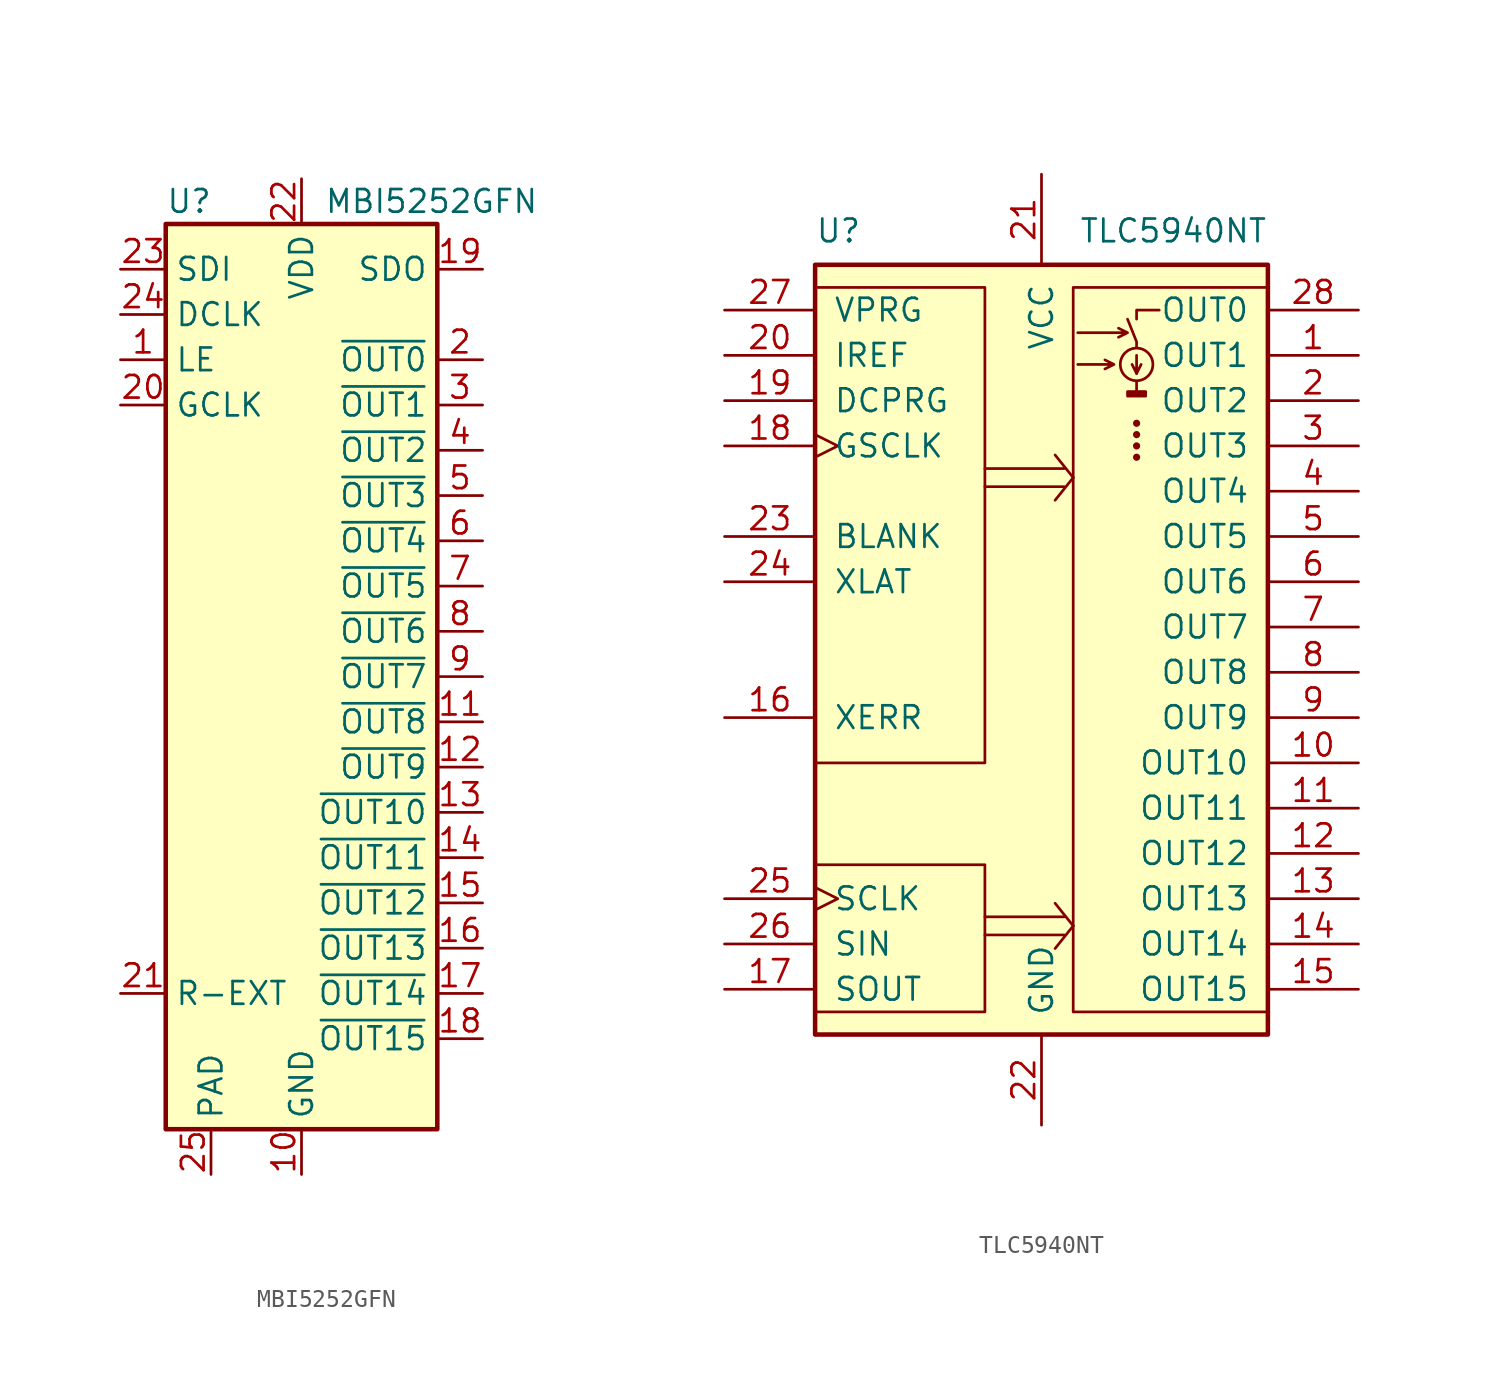
<source format=kicad_sym>
(kicad_symbol_lib
  (version 20211014)
  (generator kicad_symbol_editor)
  (symbol "MBI5252GFN"
    (property "Reference" "U"
      (at -7.62 26.67 0)
      (effects (font (size 1.27 1.27)) (justify left)))
    (property "Value" "MBI5252GFN"
      (at 1.27 26.67 0)
      (effects (font (size 1.27 1.27)) (justify left)))
    (symbol "MBI5252GFN_0_1"
      (rectangle (start -7.62 25.4) (end 7.62 -25.4) (stroke (width 0.254) (type default) (color 0 0 0 0)) (fill (type background))))
    (symbol "MBI5252GFN_1_1"
      (pin input line (at -10.16 17.78 0) (length 2.54) (name "LE" (effects (font (size 1.27 1.27)))) (number "1" (effects (font (size 1.27 1.27)))))
      (pin power_in line (at 0 -27.94 90) (length 2.54) (name "GND" (effects (font (size 1.27 1.27)))) (number "10" (effects (font (size 1.27 1.27)))))
      (pin open_collector line (at 10.16 -2.54 180) (length 2.54) (name "~{OUT8}" (effects (font (size 1.27 1.27)))) (number "11" (effects (font (size 1.27 1.27)))))
      (pin open_collector line (at 10.16 -5.08 180) (length 2.54) (name "~{OUT9}" (effects (font (size 1.27 1.27)))) (number "12" (effects (font (size 1.27 1.27)))))
      (pin open_collector line (at 10.16 -7.62 180) (length 2.54) (name "~{OUT10}" (effects (font (size 1.27 1.27)))) (number "13" (effects (font (size 1.27 1.27)))))
      (pin open_collector line (at 10.16 -10.16 180) (length 2.54) (name "~{OUT11}" (effects (font (size 1.27 1.27)))) (number "14" (effects (font (size 1.27 1.27)))))
      (pin open_collector line (at 10.16 -12.7 180) (length 2.54) (name "~{OUT12}" (effects (font (size 1.27 1.27)))) (number "15" (effects (font (size 1.27 1.27)))))
      (pin open_collector line (at 10.16 -15.24 180) (length 2.54) (name "~{OUT13}" (effects (font (size 1.27 1.27)))) (number "16" (effects (font (size 1.27 1.27)))))
      (pin open_collector line (at 10.16 -17.78 180) (length 2.54) (name "~{OUT14}" (effects (font (size 1.27 1.27)))) (number "17" (effects (font (size 1.27 1.27)))))
      (pin open_collector line (at 10.16 -20.32 180) (length 2.54) (name "~{OUT15}" (effects (font (size 1.27 1.27)))) (number "18" (effects (font (size 1.27 1.27)))))
      (pin output line (at 10.16 22.86 180) (length 2.54) (name "SDO" (effects (font (size 1.27 1.27)))) (number "19" (effects (font (size 1.27 1.27)))))
      (pin open_collector line (at 10.16 17.78 180) (length 2.54) (name "~{OUT0}" (effects (font (size 1.27 1.27)))) (number "2" (effects (font (size 1.27 1.27)))))
      (pin input line (at -10.16 15.24 0) (length 2.54) (name "GCLK" (effects (font (size 1.27 1.27)))) (number "20" (effects (font (size 1.27 1.27)))))
      (pin passive line (at -10.16 -17.78 0) (length 2.54) (name "R-EXT" (effects (font (size 1.27 1.27)))) (number "21" (effects (font (size 1.27 1.27)))))
      (pin power_in line (at 0 27.94 270) (length 2.54) (name "VDD" (effects (font (size 1.27 1.27)))) (number "22" (effects (font (size 1.27 1.27)))))
      (pin input line (at -10.16 22.86 0) (length 2.54) (name "SDI" (effects (font (size 1.27 1.27)))) (number "23" (effects (font (size 1.27 1.27)))))
      (pin input line (at -10.16 20.32 0) (length 2.54) (name "DCLK" (effects (font (size 1.27 1.27)))) (number "24" (effects (font (size 1.27 1.27)))))
      (pin power_in line (at -5.08 -27.94 90) (length 2.54) (name "PAD" (effects (font (size 1.27 1.27)))) (number "25" (effects (font (size 1.27 1.27)))))
      (pin open_collector line (at 10.16 15.24 180) (length 2.54) (name "~{OUT1}" (effects (font (size 1.27 1.27)))) (number "3" (effects (font (size 1.27 1.27)))))
      (pin open_collector line (at 10.16 12.7 180) (length 2.54) (name "~{OUT2}" (effects (font (size 1.27 1.27)))) (number "4" (effects (font (size 1.27 1.27)))))
      (pin open_collector line (at 10.16 10.16 180) (length 2.54) (name "~{OUT3}" (effects (font (size 1.27 1.27)))) (number "5" (effects (font (size 1.27 1.27)))))
      (pin open_collector line (at 10.16 7.62 180) (length 2.54) (name "~{OUT4}" (effects (font (size 1.27 1.27)))) (number "6" (effects (font (size 1.27 1.27)))))
      (pin open_collector line (at 10.16 5.08 180) (length 2.54) (name "~{OUT5}" (effects (font (size 1.27 1.27)))) (number "7" (effects (font (size 1.27 1.27)))))
      (pin open_collector line (at 10.16 2.54 180) (length 2.54) (name "~{OUT6}" (effects (font (size 1.27 1.27)))) (number "8" (effects (font (size 1.27 1.27)))))
      (pin open_collector line (at 10.16 0 180) (length 2.54) (name "~{OUT7}" (effects (font (size 1.27 1.27)))) (number "9" (effects (font (size 1.27 1.27)))))))
  (symbol "TLC5940NT"
    (pin_names
      (offset 1.016))
    (property "Reference" "U"
      (at -12.7 22.225 0)
      (effects (font (size 1.27 1.27)) (justify left)))
    (property "Value" "TLC5940NT"
      (at 12.7 22.225 0)
      (effects (font (size 1.27 1.27)) (justify right)))
    (symbol "TLC5940NT_0_1"
      (rectangle (start -12.7 -21.59) (end -3.175 -13.335) (stroke (width 0) (type default) (color 0 0 0 0)) (fill (type none)))
      (rectangle (start -12.7 19.05) (end -3.175 -7.62) (stroke (width 0) (type default) (color 0 0 0 0)) (fill (type none)))
      (rectangle (start -12.7 20.32) (end 12.7 -22.86) (stroke (width 0.254) (type default) (color 0 0 0 0)) (fill (type background)))
      (polyline (pts (xy -3.175 -16.256) (xy 1.27 -16.256)) (stroke (width 0) (type default) (color 0 0 0 0)) (fill (type none)))
      (polyline (pts (xy -3.175 8.89) (xy 1.27 8.89)) (stroke (width 0) (type default) (color 0 0 0 0)) (fill (type none)))
      (polyline (pts (xy 1.27 -17.272) (xy -3.175 -17.272)) (stroke (width 0) (type default) (color 0 0 0 0)) (fill (type none)))
      (polyline (pts (xy 1.27 7.874) (xy -3.175 7.874)) (stroke (width 0) (type default) (color 0 0 0 0)) (fill (type none)))
      (polyline (pts (xy 1.778 -16.764) (xy 0.762 -18.034)) (stroke (width 0) (type default) (color 0 0 0 0)) (fill (type none)))
      (polyline (pts (xy 1.778 -16.764) (xy 0.762 -15.494)) (stroke (width 0) (type default) (color 0 0 0 0)) (fill (type none)))
      (polyline (pts (xy 1.778 8.382) (xy 0.762 7.112)) (stroke (width 0) (type default) (color 0 0 0 0)) (fill (type none)))
      (polyline (pts (xy 1.778 8.382) (xy 0.762 9.652)) (stroke (width 0) (type default) (color 0 0 0 0)) (fill (type none)))
      (polyline (pts (xy 5.334 13.716) (xy 5.334 13.208)) (stroke (width 0) (type default) (color 0 0 0 0)) (fill (type none)))
      (polyline (pts (xy 5.334 14.224) (xy 5.588 14.732)) (stroke (width 0) (type default) (color 0 0 0 0)) (fill (type none)))
      (polyline (pts (xy 5.334 15.24) (xy 5.334 14.224) (xy 5.08 14.732)) (stroke (width 0) (type default) (color 0 0 0 0)) (fill (type none)))
      (polyline (pts (xy 5.334 15.748) (xy 5.334 16.002) (xy 4.826 17.272)) (stroke (width 0) (type default) (color 0 0 0 0)) (fill (type none)))
      (polyline (pts (xy 5.334 17.272) (xy 5.334 17.78) (xy 6.604 17.78)) (stroke (width 0) (type default) (color 0 0 0 0)) (fill (type none)))
      (polyline (pts (xy 2.032 14.732) (xy 4.064 14.732) (xy 3.556 14.986) (xy 4.064 14.732) (xy 3.556 14.478)) (stroke (width 0) (type default) (color 0 0 0 0)) (fill (type none)))
      (polyline (pts (xy 2.032 16.51) (xy 4.826 16.51) (xy 4.318 16.764) (xy 4.826 16.51) (xy 4.318 16.256)) (stroke (width 0) (type default) (color 0 0 0 0)) (fill (type none)))
      (rectangle (start 1.778 19.05) (end 12.7 -21.59) (stroke (width 0) (type default) (color 0 0 0 0)) (fill (type none)))
      (rectangle (start 4.826 13.208) (end 5.842 12.954) (stroke (width 0) (type default) (color 0 0 0 0)) (fill (type outline)))
      (circle (center 5.334 9.525) (radius 0.127) (stroke (width 0) (type default) (color 0 0 0 0)) (fill (type outline)))
      (circle (center 5.334 10.16) (radius 0.127) (stroke (width 0) (type default) (color 0 0 0 0)) (fill (type outline)))
      (circle (center 5.334 10.795) (radius 0.127) (stroke (width 0) (type default) (color 0 0 0 0)) (fill (type outline)))
      (circle (center 5.334 11.43) (radius 0.127) (stroke (width 0) (type default) (color 0 0 0 0)) (fill (type outline)))
      (circle (center 5.334 14.732) (radius 0.914) (stroke (width 0) (type default) (color 0 0 0 0)) (fill (type none))))
    (symbol "TLC5940NT_1_1"
      (pin open_collector line (at 17.78 15.24 180) (length 5.08) (name "OUT1" (effects (font (size 1.27 1.27)))) (number "1" (effects (font (size 1.27 1.27)))))
      (pin open_collector line (at 17.78 -7.62 180) (length 5.08) (name "OUT10" (effects (font (size 1.27 1.27)))) (number "10" (effects (font (size 1.27 1.27)))))
      (pin open_collector line (at 17.78 -10.16 180) (length 5.08) (name "OUT11" (effects (font (size 1.27 1.27)))) (number "11" (effects (font (size 1.27 1.27)))))
      (pin open_collector line (at 17.78 -12.7 180) (length 5.08) (name "OUT12" (effects (font (size 1.27 1.27)))) (number "12" (effects (font (size 1.27 1.27)))))
      (pin open_collector line (at 17.78 -15.24 180) (length 5.08) (name "OUT13" (effects (font (size 1.27 1.27)))) (number "13" (effects (font (size 1.27 1.27)))))
      (pin open_collector line (at 17.78 -17.78 180) (length 5.08) (name "OUT14" (effects (font (size 1.27 1.27)))) (number "14" (effects (font (size 1.27 1.27)))))
      (pin open_collector line (at 17.78 -20.32 180) (length 5.08) (name "OUT15" (effects (font (size 1.27 1.27)))) (number "15" (effects (font (size 1.27 1.27)))))
      (pin open_collector line (at -17.78 -5.08 0) (length 5.08) (name "XERR" (effects (font (size 1.27 1.27)))) (number "16" (effects (font (size 1.27 1.27)))))
      (pin output line (at -17.78 -20.32 0) (length 5.08) (name "SOUT" (effects (font (size 1.27 1.27)))) (number "17" (effects (font (size 1.27 1.27)))))
      (pin input clock (at -17.78 10.16 0) (length 5.08) (name "GSCLK" (effects (font (size 1.27 1.27)))) (number "18" (effects (font (size 1.27 1.27)))))
      (pin input line (at -17.78 12.7 0) (length 5.08) (name "DCPRG" (effects (font (size 1.27 1.27)))) (number "19" (effects (font (size 1.27 1.27)))))
      (pin open_collector line (at 17.78 12.7 180) (length 5.08) (name "OUT2" (effects (font (size 1.27 1.27)))) (number "2" (effects (font (size 1.27 1.27)))))
      (pin input line (at -17.78 15.24 0) (length 5.08) (name "IREF" (effects (font (size 1.27 1.27)))) (number "20" (effects (font (size 1.27 1.27)))))
      (pin power_in line (at 0 25.4 270) (length 5.08) (name "VCC" (effects (font (size 1.27 1.27)))) (number "21" (effects (font (size 1.27 1.27)))))
      (pin power_in line (at 0 -27.94 90) (length 5.08) (name "GND" (effects (font (size 1.27 1.27)))) (number "22" (effects (font (size 1.27 1.27)))))
      (pin input line (at -17.78 5.08 0) (length 5.08) (name "BLANK" (effects (font (size 1.27 1.27)))) (number "23" (effects (font (size 1.27 1.27)))))
      (pin input line (at -17.78 2.54 0) (length 5.08) (name "XLAT" (effects (font (size 1.27 1.27)))) (number "24" (effects (font (size 1.27 1.27)))))
      (pin input clock (at -17.78 -15.24 0) (length 5.08) (name "SCLK" (effects (font (size 1.27 1.27)))) (number "25" (effects (font (size 1.27 1.27)))))
      (pin input line (at -17.78 -17.78 0) (length 5.08) (name "SIN" (effects (font (size 1.27 1.27)))) (number "26" (effects (font (size 1.27 1.27)))))
      (pin input line (at -17.78 17.78 0) (length 5.08) (name "VPRG" (effects (font (size 1.27 1.27)))) (number "27" (effects (font (size 1.27 1.27)))))
      (pin open_collector line (at 17.78 17.78 180) (length 5.08) (name "OUT0" (effects (font (size 1.27 1.27)))) (number "28" (effects (font (size 1.27 1.27)))))
      (pin open_collector line (at 17.78 10.16 180) (length 5.08) (name "OUT3" (effects (font (size 1.27 1.27)))) (number "3" (effects (font (size 1.27 1.27)))))
      (pin open_collector line (at 17.78 7.62 180) (length 5.08) (name "OUT4" (effects (font (size 1.27 1.27)))) (number "4" (effects (font (size 1.27 1.27)))))
      (pin open_collector line (at 17.78 5.08 180) (length 5.08) (name "OUT5" (effects (font (size 1.27 1.27)))) (number "5" (effects (font (size 1.27 1.27)))))
      (pin open_collector line (at 17.78 2.54 180) (length 5.08) (name "OUT6" (effects (font (size 1.27 1.27)))) (number "6" (effects (font (size 1.27 1.27)))))
      (pin open_collector line (at 17.78 0 180) (length 5.08) (name "OUT7" (effects (font (size 1.27 1.27)))) (number "7" (effects (font (size 1.27 1.27)))))
      (pin open_collector line (at 17.78 -2.54 180) (length 5.08) (name "OUT8" (effects (font (size 1.27 1.27)))) (number "8" (effects (font (size 1.27 1.27)))))
      (pin open_collector line (at 17.78 -5.08 180) (length 5.08) (name "OUT9" (effects (font (size 1.27 1.27)))) (number "9" (effects (font (size 1.27 1.27))))))))
</source>
